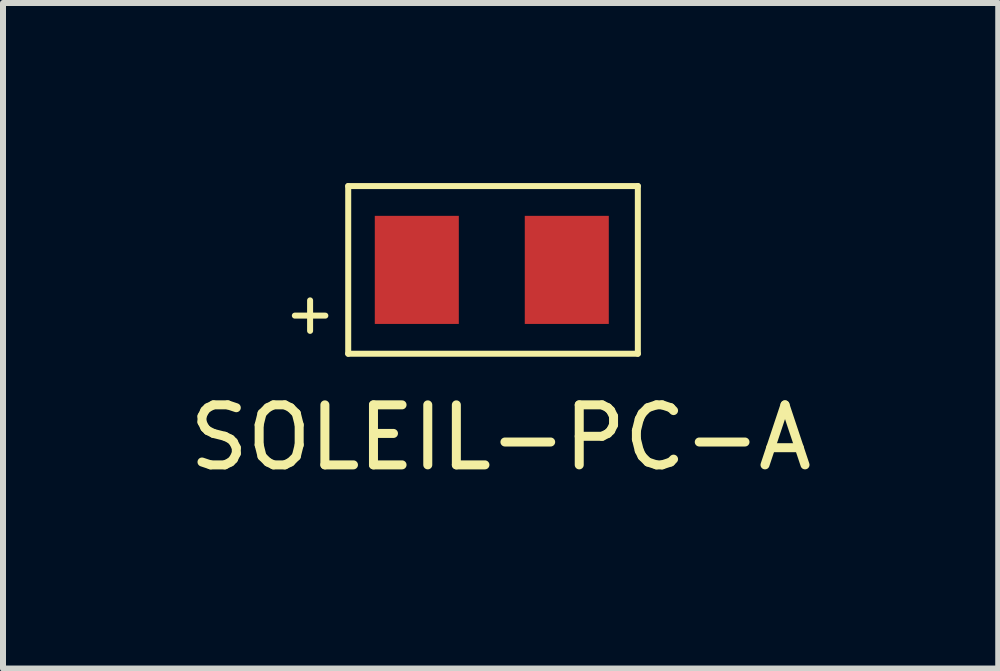
<source format=kicad_pcb>
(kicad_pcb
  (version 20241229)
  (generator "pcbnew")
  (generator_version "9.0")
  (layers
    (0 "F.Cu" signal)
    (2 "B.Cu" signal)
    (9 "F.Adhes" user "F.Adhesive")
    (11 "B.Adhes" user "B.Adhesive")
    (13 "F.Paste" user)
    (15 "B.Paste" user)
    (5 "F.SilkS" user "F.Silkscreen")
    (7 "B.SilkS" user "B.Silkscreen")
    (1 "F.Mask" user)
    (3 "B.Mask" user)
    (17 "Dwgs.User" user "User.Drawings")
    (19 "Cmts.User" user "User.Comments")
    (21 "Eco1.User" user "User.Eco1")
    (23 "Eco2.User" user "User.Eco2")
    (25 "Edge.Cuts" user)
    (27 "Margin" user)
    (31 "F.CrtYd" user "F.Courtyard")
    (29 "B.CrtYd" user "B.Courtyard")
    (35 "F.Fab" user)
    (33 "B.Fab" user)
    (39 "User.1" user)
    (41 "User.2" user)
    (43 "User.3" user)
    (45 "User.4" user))
  (footprint "SOLEIL-PC-A"
    (layer "F.Cu")
    (at 3.895 1.447)
    (property "Reference" "SOLEIL-PC-A" (at 1.397 2.794 0) (layer "F.SilkS") (effects (font (size 1 1) (thickness 0.15))))
    (attr through_hole)
    (fp_line (start -2.032 0.762) (end -1.524 0.762) (stroke (width 0.1) (type solid)) (layer "F.SilkS"))
    (fp_line (start -1.778 0.508) (end -1.778 1.016) (stroke (width 0.1) (type solid)) (layer "F.SilkS"))
    (fp_line (start -1.143 -1.397) (end 3.683 -1.397) (stroke (width 0.1) (type solid)) (layer "F.SilkS"))
    (fp_line (start -1.143 1.397) (end -1.143 -1.397) (stroke (width 0.1) (type solid)) (layer "F.SilkS"))
    (fp_line (start 3.683 -1.397) (end 3.683 1.397) (stroke (width 0.1) (type solid)) (layer "F.SilkS"))
    (fp_line (start 3.683 1.397) (end -1.143 1.397) (stroke (width 0.1) (type solid)) (layer "F.SilkS"))
    (pad "1" smd rect (at 0 0) (size 1.4 1.801) (layers "F.Cu" "F.Mask" "F.Paste"))
    (pad "2" smd rect (at 2.499 0) (size 1.4 1.801) (layers "F.Cu" "F.Mask" "F.Paste")))
  (gr_rect
    (start -3 -3)
    (end 13.583 8.089)
    (stroke (width 0.1) (type default))
    (fill no)
    (layer "Edge.Cuts")))
</source>
